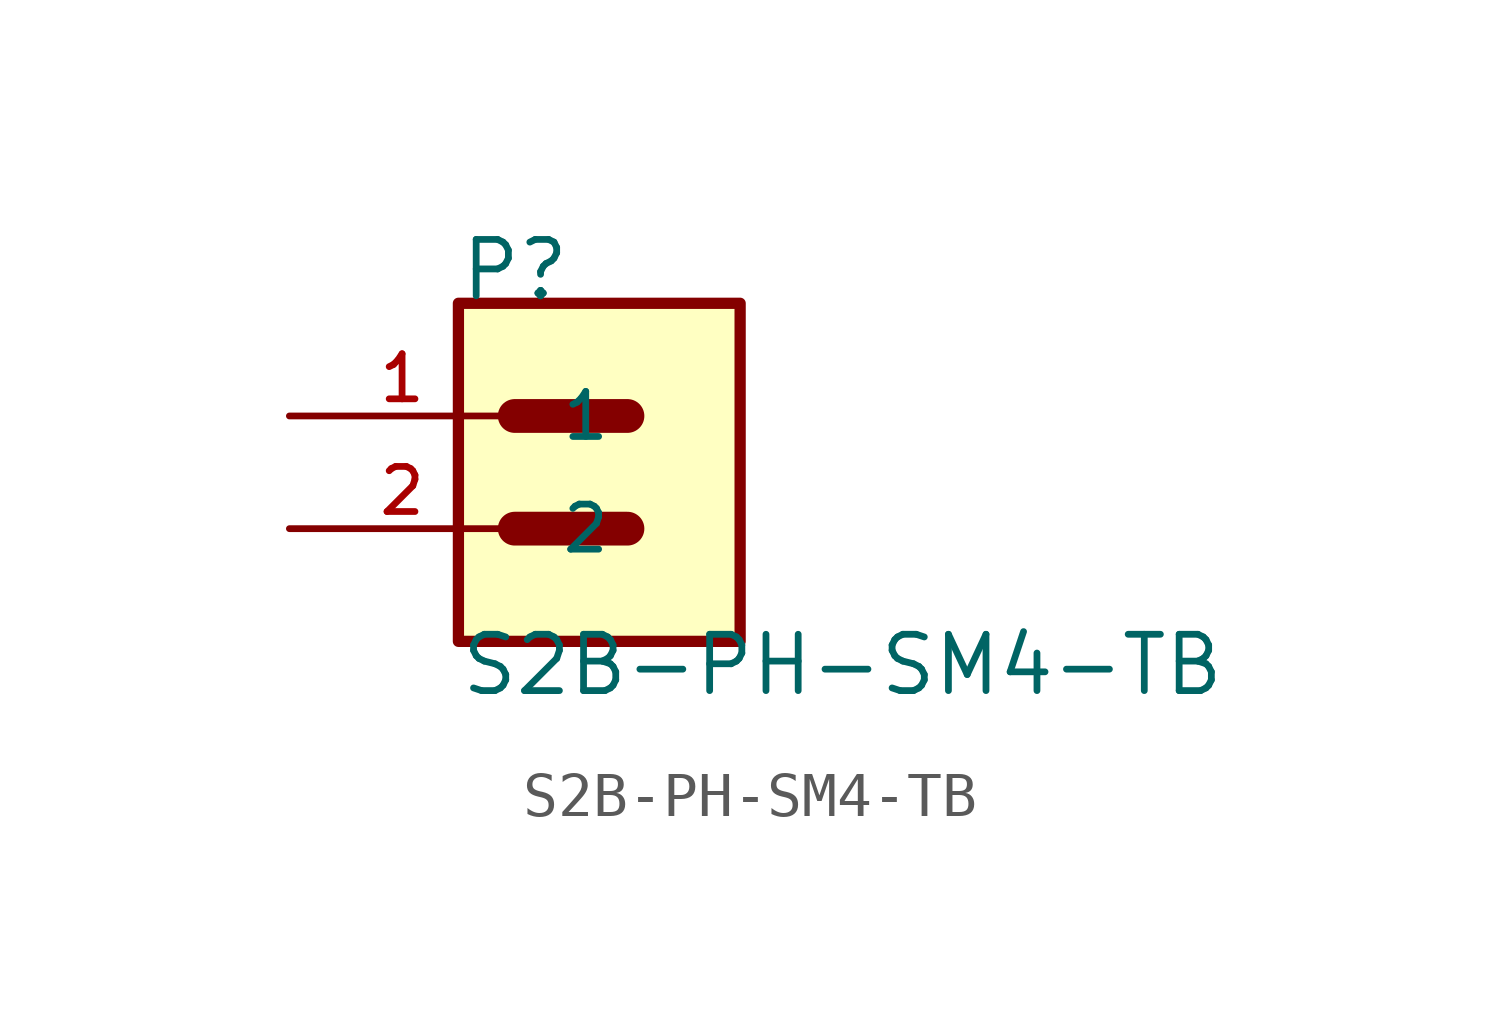
<source format=kicad_sym>
(kicad_symbol_lib
  (version 20241209)
  (generator "kicad_symbol_editor")
  (generator_version "9.0")
  (symbol "S2B-PH-SM4-TB"
    (pin_names
      (offset 1.016))
    (property "Reference" "P"
      (at -1.272 3.816 0)
      (effects (font (size 1.27 1.27)) (justify left bottom)))
    (property "Value" "S2B-PH-SM4-TB"
      (at -1.271 -5.084 0)
      (effects (font (size 1.27 1.27)) (justify left bottom)))
    (symbol "S2B-PH-SM4-TB_0_0"
      (rectangle (start -1.27 -3.81) (end 5.08 3.81) (stroke (width 0.254) (type default)) (fill (type background)))
      (polyline (pts (xy 0 1.27) (xy 2.54 1.27)) (stroke (width 0.762) (type default)) (fill (type none)))
      (polyline (pts (xy 0 -1.27) (xy 2.54 -1.27)) (stroke (width 0.762) (type default)) (fill (type none))))
    (symbol "S2B-PH-SM4-TB_1_0"
      (pin output line (at -5.08 1.27 0) (length 5.08) (name "1" (effects (font (size 1.016 1.016)))) (number "1" (effects (font (size 1.016 1.016)))))
      (pin output line (at -5.08 -1.27 0) (length 5.08) (name "2" (effects (font (size 1.016 1.016)))) (number "2" (effects (font (size 1.016 1.016))))))))
</source>
